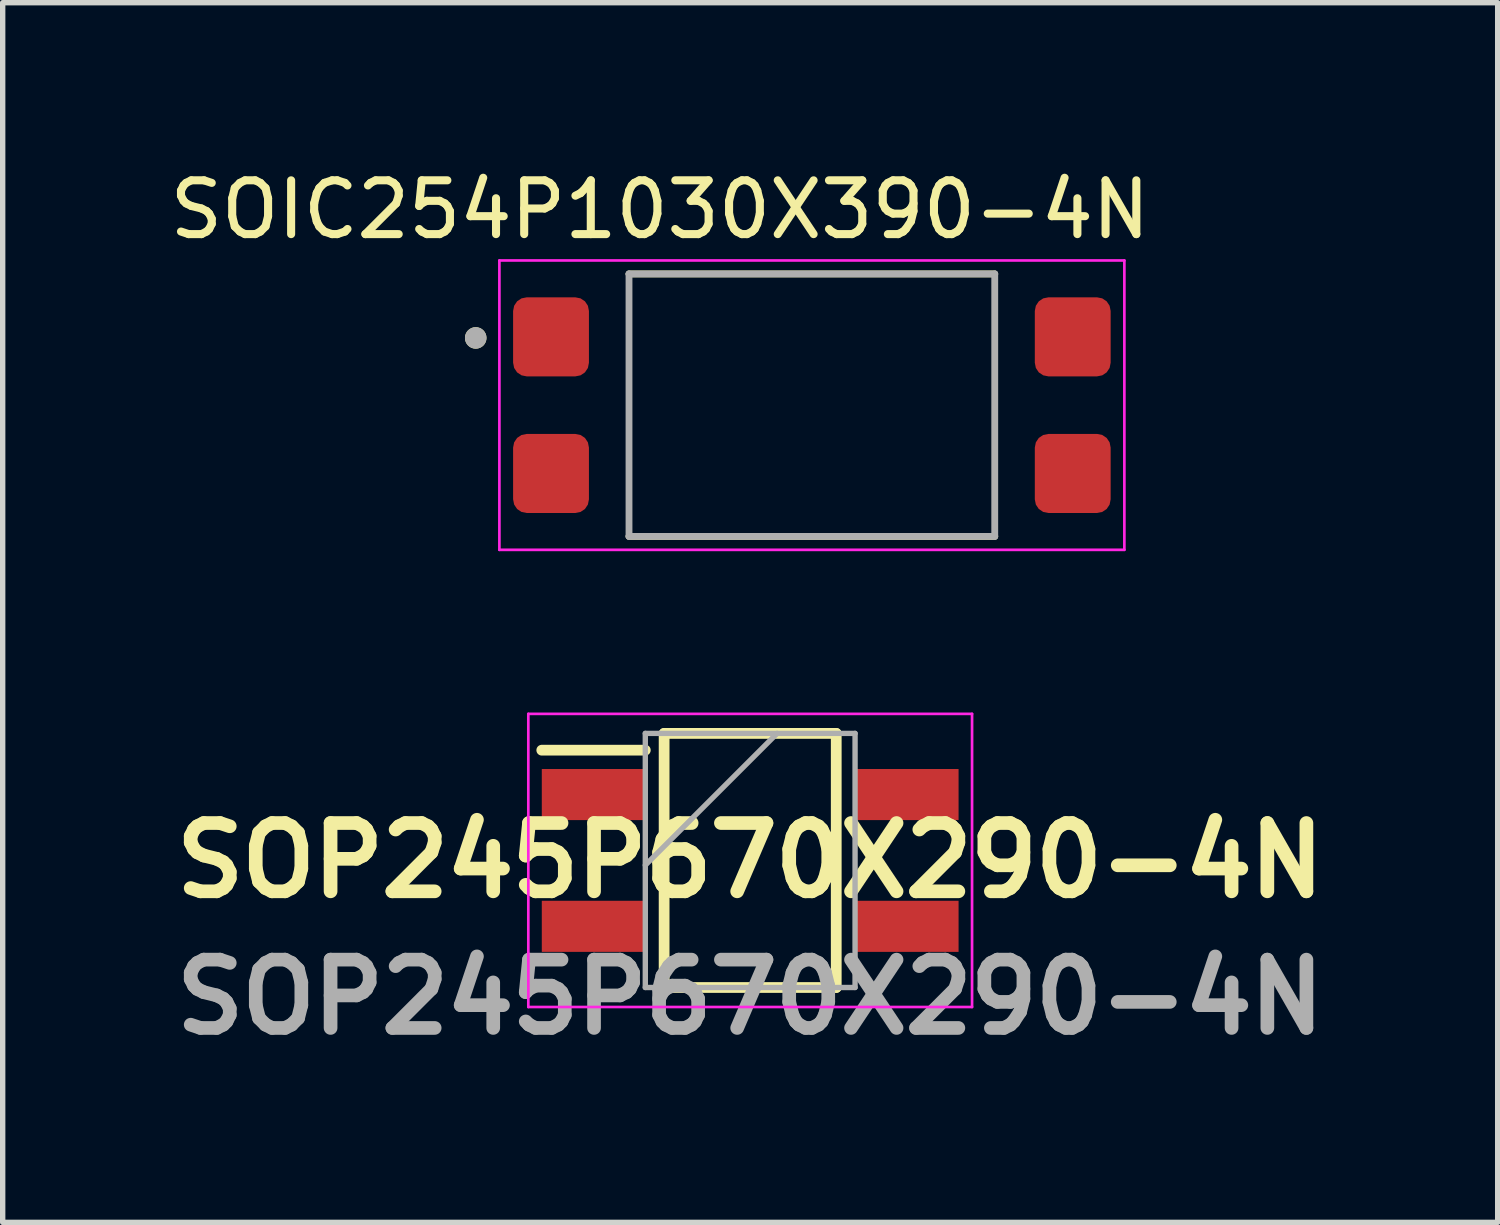
<source format=kicad_pcb>
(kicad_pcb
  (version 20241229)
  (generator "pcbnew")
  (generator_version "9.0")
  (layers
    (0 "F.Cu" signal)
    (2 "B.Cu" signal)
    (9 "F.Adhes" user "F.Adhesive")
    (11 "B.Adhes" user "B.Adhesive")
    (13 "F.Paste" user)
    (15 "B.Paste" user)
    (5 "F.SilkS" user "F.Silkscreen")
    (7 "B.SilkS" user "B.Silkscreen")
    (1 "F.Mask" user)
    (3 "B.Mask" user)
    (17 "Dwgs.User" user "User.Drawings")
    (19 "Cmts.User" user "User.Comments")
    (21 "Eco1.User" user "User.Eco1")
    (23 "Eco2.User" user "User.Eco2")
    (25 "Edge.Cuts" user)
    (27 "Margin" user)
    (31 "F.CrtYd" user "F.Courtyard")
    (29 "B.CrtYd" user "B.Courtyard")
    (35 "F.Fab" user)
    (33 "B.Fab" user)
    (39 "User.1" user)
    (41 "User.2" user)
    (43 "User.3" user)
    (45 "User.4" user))
  (footprint "SOP245P670X290-4N"
    (layer "F.Cu")
    (at 10.898 12.948)
    (property "Reference" "SOP245P670X290-4N" (at 0 0 0) (layer "F.SilkS") (effects (font (size 1.27 1.27) (thickness 0.254))))
    (attr smd)
    (fp_line (start -3.875 -2.05) (end -1.95 -2.05) (stroke (width 0.2) (type solid)) (layer "F.SilkS"))
    (fp_line (start -1.6 -2.362) (end 1.6 -2.362) (stroke (width 0.2) (type solid)) (layer "F.SilkS"))
    (fp_line (start -1.6 2.362) (end -1.6 -2.362) (stroke (width 0.2) (type solid)) (layer "F.SilkS"))
    (fp_line (start 1.6 -2.362) (end 1.6 2.362) (stroke (width 0.2) (type solid)) (layer "F.SilkS"))
    (fp_line (start 1.6 2.362) (end -1.6 2.362) (stroke (width 0.2) (type solid)) (layer "F.SilkS"))
    (fp_line (start -4.125 -2.725) (end 4.125 -2.725) (stroke (width 0.05) (type solid)) (layer "F.CrtYd"))
    (fp_line (start -4.125 2.725) (end -4.125 -2.725) (stroke (width 0.05) (type solid)) (layer "F.CrtYd"))
    (fp_line (start 4.125 -2.725) (end 4.125 2.725) (stroke (width 0.05) (type solid)) (layer "F.CrtYd"))
    (fp_line (start 4.125 2.725) (end -4.125 2.725) (stroke (width 0.05) (type solid)) (layer "F.CrtYd"))
    (fp_line (start -1.95 -2.362) (end 1.95 -2.362) (stroke (width 0.1) (type solid)) (layer "F.Fab"))
    (fp_line (start -1.95 0.088) (end 0.5 -2.362) (stroke (width 0.1) (type solid)) (layer "F.Fab"))
    (fp_line (start -1.95 2.362) (end -1.95 -2.362) (stroke (width 0.1) (type solid)) (layer "F.Fab"))
    (fp_line (start 1.95 -2.362) (end 1.95 2.362) (stroke (width 0.1) (type solid)) (layer "F.Fab"))
    (fp_line (start 1.95 2.362) (end -1.95 2.362) (stroke (width 0.1) (type solid)) (layer "F.Fab"))
    (fp_text user "${REFERENCE}" (at 0 2.54 0) (layer "F.Fab") (effects (font (size 1.27 1.27) (thickness 0.254))))
    (pad "1" smd rect (at -2.912 -1.225 90) (size 0.95 1.925) (layers "F.Cu" "F.Mask" "F.Paste"))
    (pad "2" smd rect (at -2.912 1.225 90) (size 0.95 1.925) (layers "F.Cu" "F.Mask" "F.Paste"))
    (pad "3" smd rect (at 2.912 1.225 90) (size 0.95 1.925) (layers "F.Cu" "F.Mask" "F.Paste"))
    (pad "4" smd rect (at 2.912 -1.225 90) (size 0.95 1.925) (layers "F.Cu" "F.Mask" "F.Paste")))
  (footprint "SOIC254P1030X390-4N"
    (layer "F.Cu")
    (at 12.045 4.483)
    (property "Reference" "SOIC254P1030X390-4N" (at -2.825 -3.635 0) (layer "F.SilkS") (effects (font (size 1 1) (thickness 0.15))))
    (attr smd)
    (fp_line (start -3.4 -2.44) (end 3.4 -2.44) (stroke (width 0.127) (type solid)) (layer "F.SilkS"))
    (fp_line (start 3.4 2.44) (end -3.4 2.44) (stroke (width 0.127) (type solid)) (layer "F.SilkS"))
    (fp_circle (center -6.25 -1.25) (end -6.15 -1.25) (stroke (width 0.2) (type solid)) (fill no) (layer "F.SilkS"))
    (fp_line (start -5.81 -2.69) (end 5.81 -2.69) (stroke (width 0.05) (type solid)) (layer "F.CrtYd"))
    (fp_line (start -5.81 2.69) (end -5.81 -2.69) (stroke (width 0.05) (type solid)) (layer "F.CrtYd"))
    (fp_line (start 5.81 -2.69) (end 5.81 2.69) (stroke (width 0.05) (type solid)) (layer "F.CrtYd"))
    (fp_line (start 5.81 2.69) (end -5.81 2.69) (stroke (width 0.05) (type solid)) (layer "F.CrtYd"))
    (fp_line (start -3.4 -2.44) (end -3.4 2.44) (stroke (width 0.127) (type solid)) (layer "F.Fab"))
    (fp_line (start -3.4 2.44) (end 3.4 2.44) (stroke (width 0.127) (type solid)) (layer "F.Fab"))
    (fp_line (start 3.4 -2.44) (end -3.4 -2.44) (stroke (width 0.127) (type solid)) (layer "F.Fab"))
    (fp_line (start 3.4 2.44) (end 3.4 -2.44) (stroke (width 0.127) (type solid)) (layer "F.Fab"))
    (fp_circle (center -6.25 -1.25) (end -6.15 -1.25) (stroke (width 0.2) (type solid)) (fill no) (layer "F.Fab"))
    (pad "1" smd roundrect (at -4.85 -1.27) (size 1.41 1.47) (layers "F.Cu" "F.Mask" "F.Paste") (roundrect_rratio 0.18))
    (pad "2" smd roundrect (at -4.85 1.27) (size 1.41 1.47) (layers "F.Cu" "F.Mask" "F.Paste") (roundrect_rratio 0.18))
    (pad "3" smd roundrect (at 4.85 1.27 180) (size 1.41 1.47) (layers "F.Cu" "F.Mask" "F.Paste") (roundrect_rratio 0.18))
    (pad "4" smd roundrect (at 4.85 -1.27 180) (size 1.41 1.47) (layers "F.Cu" "F.Mask" "F.Paste") (roundrect_rratio 0.18)))
  (gr_rect
    (start -3 -3)
    (end 24.796 19.677)
    (stroke (width 0.1) (type default))
    (fill no)
    (layer "Edge.Cuts")))
</source>
